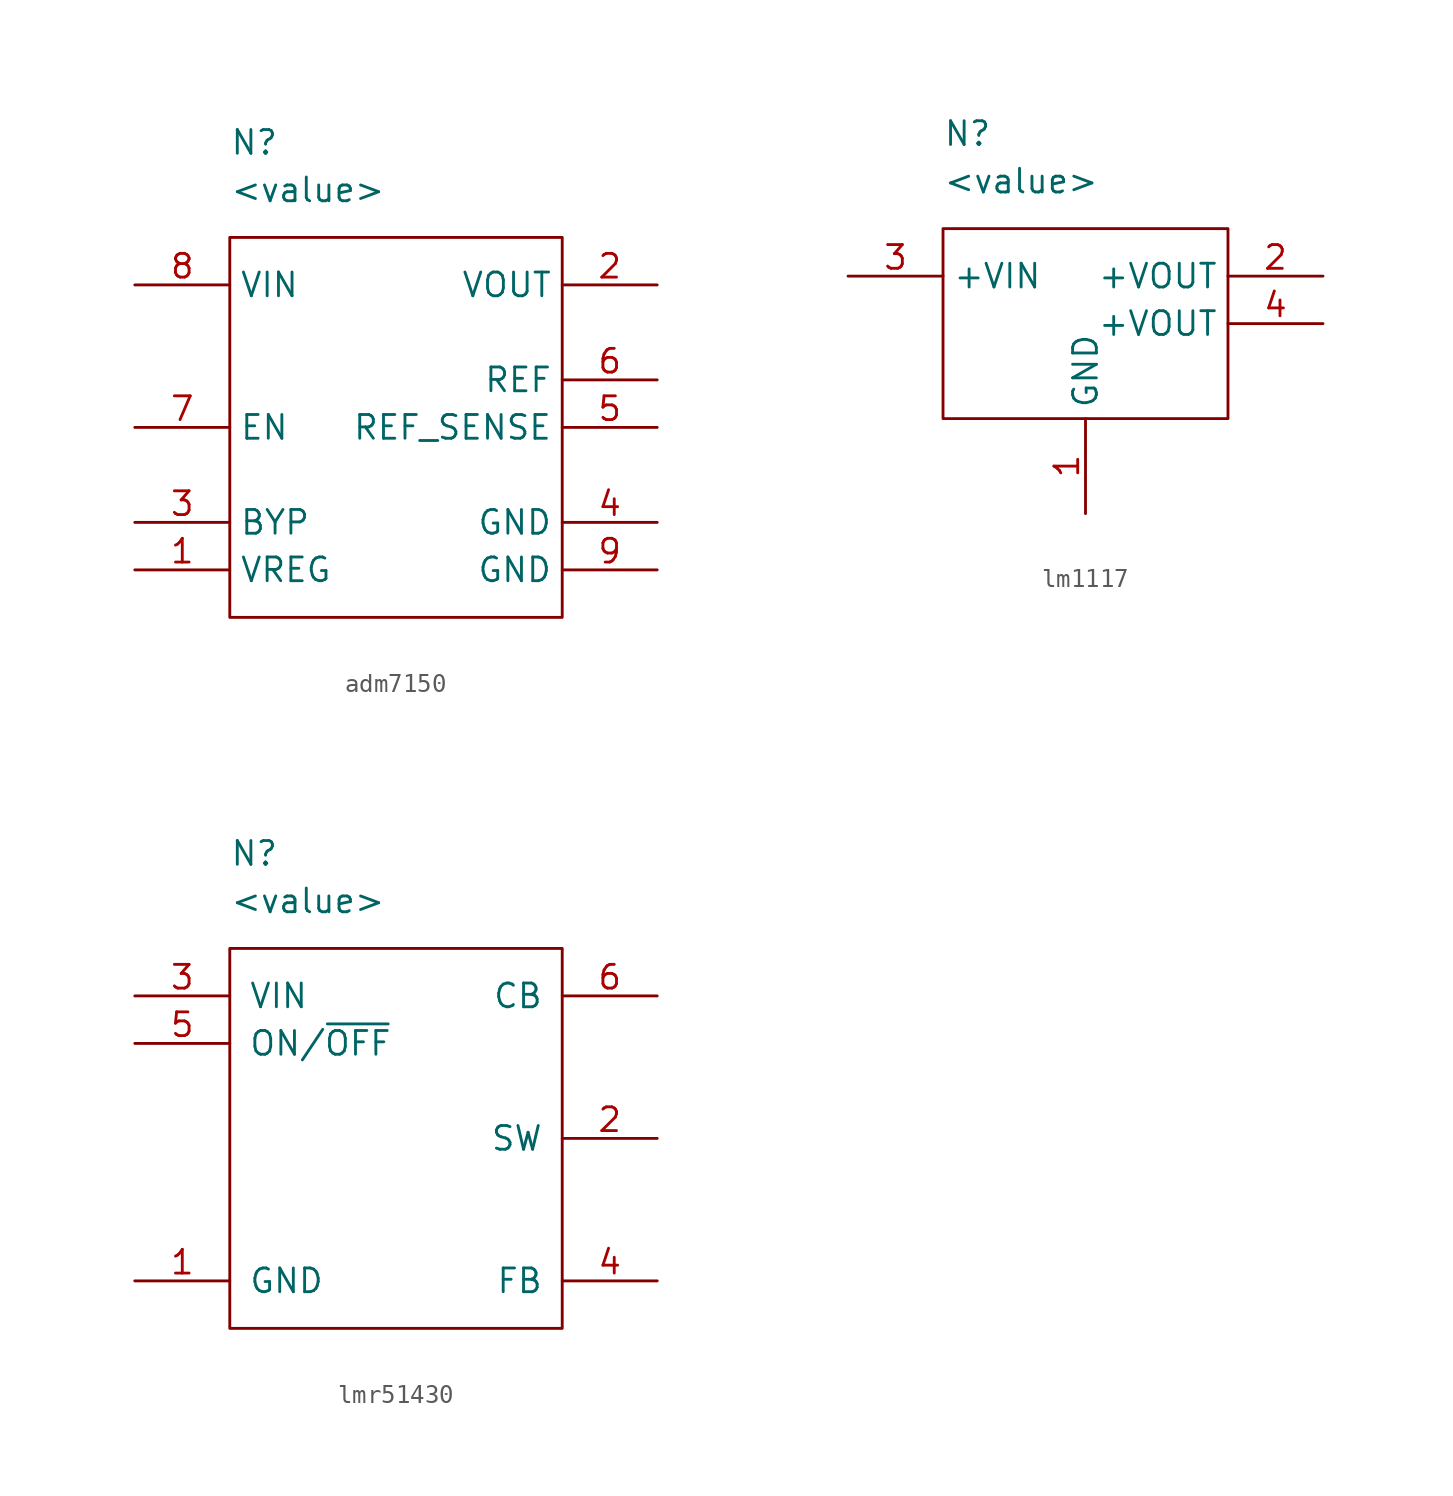
<source format=kicad_sym>
(kicad_symbol_lib
  (version 20231120)
  (generator "kicad_symbol_editor")
  (generator_version "8.0")
  (symbol "adm7150"
    (property "Reference" "N"
      (at 5.08 5.08 0)
      (effects (font (size 1.27 1.27)) (justify left)))
    (property "Value" "<value>"
      (at 5.08 2.54 0)
      (effects (font (size 1.27 1.27)) (justify left)))
    (symbol "adm7150_0_1"
      (rectangle (start 5.08 0) (end 22.86 -20.32) (stroke (width 0) (type default)) (fill (type none))))
    (symbol "adm7150_1_1"
      (pin passive line (at 0 -17.78 0) (length 5.08) (name "VREG" (effects (font (size 1.27 1.27)))) (number "1" (effects (font (size 1.27 1.27)))))
      (pin power_out line (at 27.94 -2.54 180) (length 5.08) (name "VOUT" (effects (font (size 1.27 1.27)))) (number "2" (effects (font (size 1.27 1.27)))))
      (pin passive line (at 0 -15.24 0) (length 5.08) (name "BYP" (effects (font (size 1.27 1.27)))) (number "3" (effects (font (size 1.27 1.27)))))
      (pin power_in line (at 27.94 -15.24 180) (length 5.08) (name "GND" (effects (font (size 1.27 1.27)))) (number "4" (effects (font (size 1.27 1.27)))))
      (pin input line (at 27.94 -10.16 180) (length 5.08) (name "REF_SENSE" (effects (font (size 1.27 1.27)))) (number "5" (effects (font (size 1.27 1.27)))))
      (pin output line (at 27.94 -7.62 180) (length 5.08) (name "REF" (effects (font (size 1.27 1.27)))) (number "6" (effects (font (size 1.27 1.27)))))
      (pin input line (at 0 -10.16 0) (length 5.08) (name "EN" (effects (font (size 1.27 1.27)))) (number "7" (effects (font (size 1.27 1.27)))))
      (pin power_in line (at 0 -2.54 0) (length 5.08) (name "VIN" (effects (font (size 1.27 1.27)))) (number "8" (effects (font (size 1.27 1.27)))))
      (pin power_in line (at 27.94 -17.78 180) (length 5.08) (name "GND" (effects (font (size 1.27 1.27)))) (number "9" (effects (font (size 1.27 1.27)))))))
  (symbol "lm1117"
    (property "Reference" "N"
      (at 5.08 5.08 0)
      (effects (font (size 1.27 1.27)) (justify left)))
    (property "Value" "<value>"
      (at 5.08 2.54 0)
      (effects (font (size 1.27 1.27)) (justify left)))
    (symbol "lm1117_0_1"
      (rectangle (start 5.08 0) (end 20.32 -10.16) (stroke (width 0) (type default)) (fill (type none))))
    (symbol "lm1117_1_1"
      (pin power_in line (at 12.7 -15.24 90) (length 5.08) (name "GND" (effects (font (size 1.27 1.27)))) (number "1" (effects (font (size 1.27 1.27)))))
      (pin power_out line (at 25.4 -2.54 180) (length 5.08) (name "+VOUT" (effects (font (size 1.27 1.27)))) (number "2" (effects (font (size 1.27 1.27)))))
      (pin power_in line (at 0 -2.54 0) (length 5.08) (name "+VIN" (effects (font (size 1.27 1.27)))) (number "3" (effects (font (size 1.27 1.27)))))
      (pin power_out line (at 25.4 -5.08 180) (length 5.08) (name "+VOUT" (effects (font (size 1.27 1.27)))) (number "4" (effects (font (size 1.27 1.27)))))))
  (symbol "lmr51430"
    (pin_names
      (offset 1))
    (property "Reference" "N"
      (at 5.08 5.08 0)
      (effects (font (size 1.27 1.27)) (justify left)))
    (property "Value" "<value>"
      (at 5.08 2.54 0)
      (effects (font (size 1.27 1.27)) (justify left)))
    (symbol "lmr51430_0_1"
      (rectangle (start 5.08 0) (end 22.86 -20.32) (stroke (width 0) (type default)) (fill (type none))))
    (symbol "lmr51430_1_1"
      (pin power_in line (at 0 -17.78 0) (length 5.08) (name "GND" (effects (font (size 1.27 1.27)))) (number "1" (effects (font (size 1.27 1.27)))))
      (pin power_out line (at 27.94 -10.16 180) (length 5.08) (name "SW" (effects (font (size 1.27 1.27)))) (number "2" (effects (font (size 1.27 1.27)))))
      (pin power_in line (at 0 -2.54 0) (length 5.08) (name "VIN" (effects (font (size 1.27 1.27)))) (number "3" (effects (font (size 1.27 1.27)))))
      (pin input line (at 27.94 -17.78 180) (length 5.08) (name "FB" (effects (font (size 1.27 1.27)))) (number "4" (effects (font (size 1.27 1.27)))))
      (pin input line (at 0 -5.08 0) (length 5.08) (name "ON/~{OFF}" (effects (font (size 1.27 1.27)))) (number "5" (effects (font (size 1.27 1.27)))))
      (pin input line (at 27.94 -2.54 180) (length 5.08) (name "CB" (effects (font (size 1.27 1.27)))) (number "6" (effects (font (size 1.27 1.27))))))))
</source>
